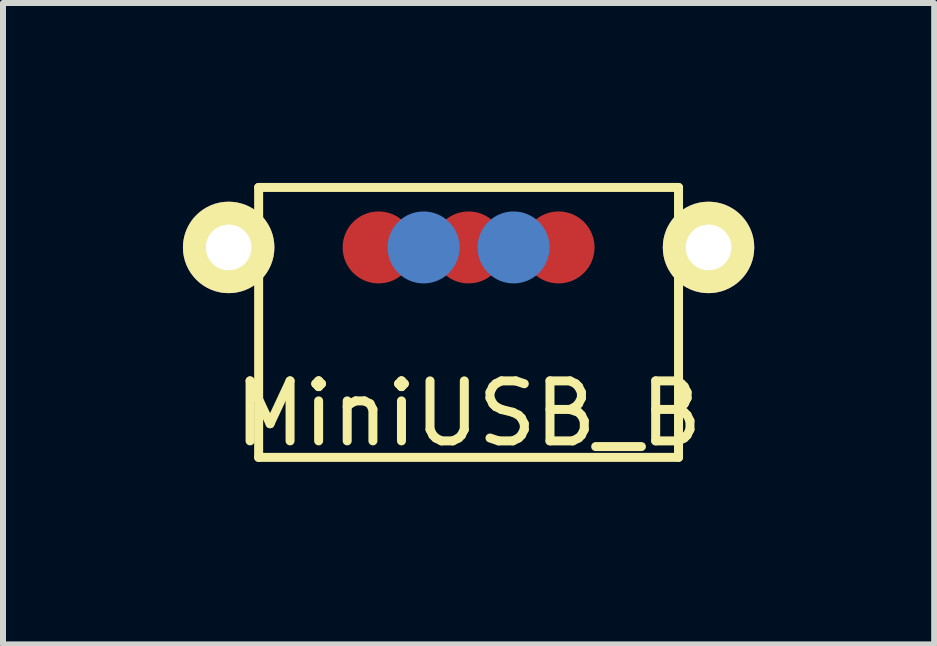
<source format=kicad_pcb>
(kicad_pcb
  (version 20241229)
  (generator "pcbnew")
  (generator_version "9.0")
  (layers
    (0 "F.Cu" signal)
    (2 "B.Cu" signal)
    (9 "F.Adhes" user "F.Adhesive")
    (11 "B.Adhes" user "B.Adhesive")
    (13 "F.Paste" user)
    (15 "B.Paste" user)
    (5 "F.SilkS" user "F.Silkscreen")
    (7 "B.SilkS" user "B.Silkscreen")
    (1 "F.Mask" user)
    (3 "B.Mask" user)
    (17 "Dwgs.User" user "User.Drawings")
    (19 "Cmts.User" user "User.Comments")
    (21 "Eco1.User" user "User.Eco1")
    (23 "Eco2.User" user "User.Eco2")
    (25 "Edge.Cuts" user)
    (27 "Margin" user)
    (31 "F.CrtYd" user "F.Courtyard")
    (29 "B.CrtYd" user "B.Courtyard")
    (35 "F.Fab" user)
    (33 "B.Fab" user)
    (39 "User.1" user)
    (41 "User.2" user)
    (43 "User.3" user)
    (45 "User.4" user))
  (footprint "MiniUSB_B"
    (layer "F.Cu")
    (at 4.762 2.075)
    (property "Reference" "MiniUSB_B" (at 0 1.77 0) (layer "F.SilkS") (effects (font (size 1 1) (thickness 0.15))))
    (attr through_hole)
    (fp_line (start -3.5 -2) (end -3.5 2.5) (stroke (width 0.15) (type solid)) (layer "F.SilkS"))
    (fp_line (start -3.5 2.5) (end 3.5 2.5) (stroke (width 0.15) (type solid)) (layer "F.SilkS"))
    (fp_line (start 3.5 -2) (end -3.5 -2) (stroke (width 0.15) (type solid)) (layer "F.SilkS"))
    (fp_line (start 3.5 2.5) (end 3.5 -2) (stroke (width 0.15) (type solid)) (layer "F.SilkS"))
    (pad "" thru_hole circle (at -4 -1) (size 1.524 1.524) (drill 0.762) (layers "*.Cu" "*.Mask" "F.SilkS"))
    (pad "" thru_hole circle (at 4 -1) (size 1.524 1.524) (drill 0.762) (layers "*.Cu" "*.Mask" "F.SilkS"))
    (pad "1" smd circle (at 1.5 -1) (size 1.2 1.2) (layers "F.Cu" "F.Mask" "F.Paste"))
    (pad "2" smd circle (at 0.75 -1) (size 1.2 1.2) (layers "F.Mask" "B.Cu" "F.Paste"))
    (pad "3" smd circle (at 0 -1) (size 1.2 1.2) (layers "F.Cu" "F.Mask" "F.Paste"))
    (pad "4" smd circle (at -0.75 -1) (size 1.2 1.2) (layers "F.Mask" "B.Cu" "F.Paste"))
    (pad "5" smd circle (at -1.5 -1) (size 1.2 1.2) (layers "F.Cu" "F.Mask" "F.Paste")))
  (gr_rect
    (start -3 -3)
    (end 12.524 7.693)
    (stroke (width 0.1) (type default))
    (fill no)
    (layer "Edge.Cuts")))
</source>
